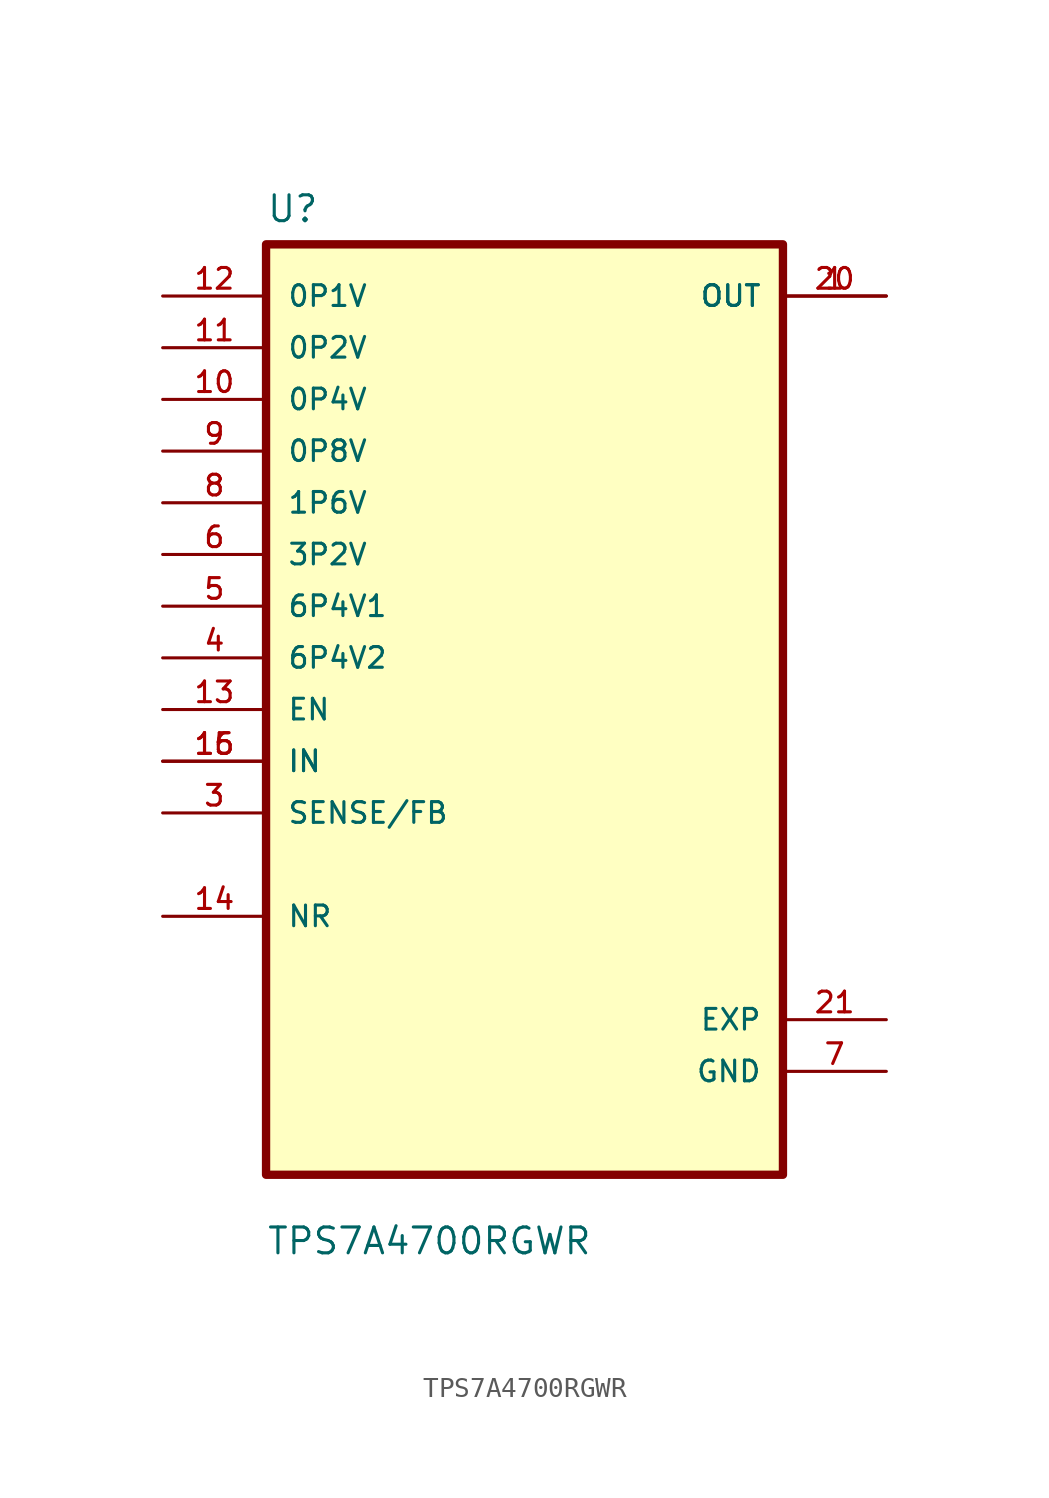
<source format=kicad_sym>
(kicad_symbol_lib
  (version 20211014)
  (generator kicad_symbol_editor)
  (symbol "TPS7A4700RGWR"
    (pin_names
      (offset 1.016))
    (property "Reference" "U"
      (at -12.7 23.86 0.0)
      (effects (font (size 1.27 1.27)) (justify bottom left)))
    (property "Value" "TPS7A4700RGWR"
      (at -12.7 -26.86 0.0)
      (effects (font (size 1.27 1.27)) (justify bottom left)))
    (symbol "TPS7A4700RGWR_0_0"
      (rectangle (start -12.7 -22.86) (end 12.7 22.86) (stroke (width 0.41)) (fill (type background)))
      (pin input line (at -17.78 20.32 0) (length 5.08) (name "0P1V" (effects (font (size 1.016 1.016)))) (number "12" (effects (font (size 1.016 1.016)))))
      (pin input line (at -17.78 17.78 0) (length 5.08) (name "0P2V" (effects (font (size 1.016 1.016)))) (number "11" (effects (font (size 1.016 1.016)))))
      (pin input line (at -17.78 15.24 0) (length 5.08) (name "0P4V" (effects (font (size 1.016 1.016)))) (number "10" (effects (font (size 1.016 1.016)))))
      (pin input line (at -17.78 12.7 0) (length 5.08) (name "0P8V" (effects (font (size 1.016 1.016)))) (number "9" (effects (font (size 1.016 1.016)))))
      (pin input line (at -17.78 10.16 0) (length 5.08) (name "1P6V" (effects (font (size 1.016 1.016)))) (number "8" (effects (font (size 1.016 1.016)))))
      (pin input line (at -17.78 7.62 0) (length 5.08) (name "3P2V" (effects (font (size 1.016 1.016)))) (number "6" (effects (font (size 1.016 1.016)))))
      (pin input line (at -17.78 5.08 0) (length 5.08) (name "6P4V1" (effects (font (size 1.016 1.016)))) (number "5" (effects (font (size 1.016 1.016)))))
      (pin input line (at -17.78 2.54 0) (length 5.08) (name "6P4V2" (effects (font (size 1.016 1.016)))) (number "4" (effects (font (size 1.016 1.016)))))
      (pin input line (at -17.78 3.55271e-15 0) (length 5.08) (name "EN" (effects (font (size 1.016 1.016)))) (number "13" (effects (font (size 1.016 1.016)))))
      (pin input line (at -17.78 -2.54 0) (length 5.08) (name "IN" (effects (font (size 1.016 1.016)))) (number "15" (effects (font (size 1.016 1.016)))))
      (pin input line (at -17.78 -2.54 0) (length 5.08) (name "IN" (effects (font (size 1.016 1.016)))) (number "16" (effects (font (size 1.016 1.016)))))
      (pin input line (at -17.78 -5.08 0) (length 5.08) (name "SENSE/FB" (effects (font (size 1.016 1.016)))) (number "3" (effects (font (size 1.016 1.016)))))
      (pin bidirectional line (at -17.78 -10.16 0) (length 5.08) (name "NR" (effects (font (size 1.016 1.016)))) (number "14" (effects (font (size 1.016 1.016)))))
      (pin output line (at 17.78 20.32 180.0) (length 5.08) (name "OUT" (effects (font (size 1.016 1.016)))) (number "1" (effects (font (size 1.016 1.016)))))
      (pin output line (at 17.78 20.32 180.0) (length 5.08) (name "OUT" (effects (font (size 1.016 1.016)))) (number "20" (effects (font (size 1.016 1.016)))))
      (pin power_in line (at 17.78 -15.24 180.0) (length 5.08) (name "EXP" (effects (font (size 1.016 1.016)))) (number "21" (effects (font (size 1.016 1.016)))))
      (pin power_in line (at 17.78 -17.78 180.0) (length 5.08) (name "GND" (effects (font (size 1.016 1.016)))) (number "7" (effects (font (size 1.016 1.016))))))))
</source>
